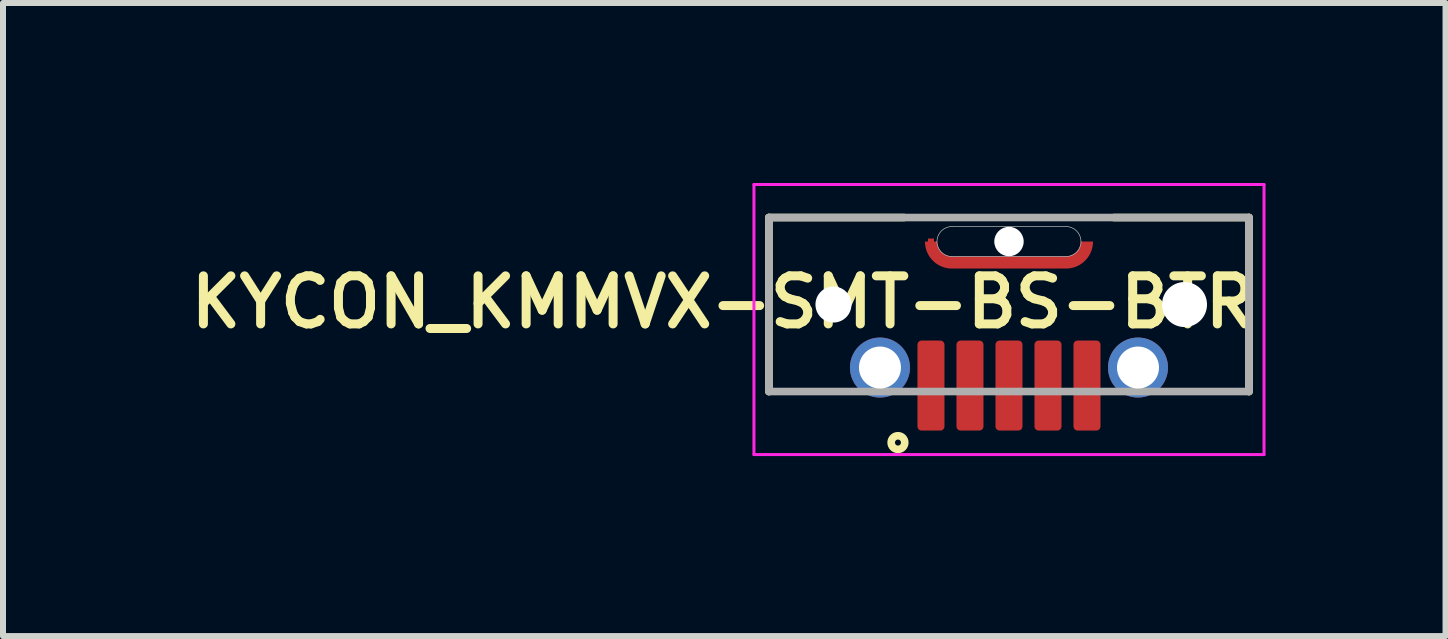
<source format=kicad_pcb>
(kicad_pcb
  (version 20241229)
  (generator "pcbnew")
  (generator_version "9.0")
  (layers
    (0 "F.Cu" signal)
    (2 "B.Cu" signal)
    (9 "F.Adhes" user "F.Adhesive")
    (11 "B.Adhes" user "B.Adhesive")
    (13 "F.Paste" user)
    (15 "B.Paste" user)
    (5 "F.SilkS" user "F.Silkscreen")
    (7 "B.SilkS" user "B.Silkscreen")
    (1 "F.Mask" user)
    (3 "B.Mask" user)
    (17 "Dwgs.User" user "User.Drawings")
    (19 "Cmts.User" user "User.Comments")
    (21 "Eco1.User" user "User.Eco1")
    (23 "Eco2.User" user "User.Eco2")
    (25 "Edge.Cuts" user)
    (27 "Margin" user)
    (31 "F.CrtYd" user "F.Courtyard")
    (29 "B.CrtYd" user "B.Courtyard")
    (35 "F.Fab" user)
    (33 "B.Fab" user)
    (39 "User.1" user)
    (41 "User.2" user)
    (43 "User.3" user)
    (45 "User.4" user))
  (footprint "KYCON_KMMVX-SMT-BS-BTR"
    (layer "F.Cu")
    (at 13.764 2.025)
    (property "Reference" "KYCON_KMMVX-SMT-BS-BTR" (at -4.766 -0.04 180) (layer "F.SilkS") (effects (font (size 0.801 0.801) (thickness 0.15))))
    (attr through_hole)
    (fp_poly (pts (xy -1.501 -1.6) (xy 1.5 -1.6) (xy 1.5 -0.5) (xy -1.501 -0.5)) (stroke (width 0.01) (type solid)) (fill yes) (layer "F.Mask"))
    (fp_poly (pts (xy -1.5 -1.6) (xy 1.5 -1.6) (xy 1.5 -0.5) (xy -1.5 -0.5)) (stroke (width 0.01) (type solid)) (fill yes) (layer "B.Mask"))
    (fp_line (start -4 -1.45) (end -4 1.45) (stroke (width 0.127) (type solid)) (layer "F.SilkS"))
    (fp_line (start -1.75 -1.45) (end -4 -1.45) (stroke (width 0.127) (type solid)) (layer "F.SilkS"))
    (fp_line (start 1.75 -1.45) (end 4 -1.45) (stroke (width 0.127) (type solid)) (layer "F.SilkS"))
    (fp_line (start 4 -1.45) (end 4 1.45) (stroke (width 0.127) (type solid)) (layer "F.SilkS"))
    (fp_circle (center -1.85 2.3) (end -1.8 2.3) (stroke (width 0.127) (type solid)) (fill no) (layer "F.SilkS"))
    (fp_poly (pts (xy -1.2 -1.05) (xy -1.4 -1.05) (xy -1.399 -1.074) (xy -1.398 -1.097) (xy -1.394 -1.12) (xy -1.39 -1.144) (xy -1.385 -1.166) (xy -1.378 -1.189) (xy -1.37 -1.211) (xy -1.361 -1.233) (xy -1.351 -1.254) (xy -1.34 -1.275) (xy -1.327 -1.295) (xy -1.314 -1.315) (xy -1.3 -1.333) (xy -1.284 -1.351) (xy -1.268 -1.368) (xy -1.251 -1.384) (xy -1.233 -1.4) (xy -1.215 -1.414) (xy -1.195 -1.427) (xy -1.175 -1.44) (xy -1.154 -1.451) (xy -1.133 -1.461) (xy -1.111 -1.47) (xy -1.089 -1.478) (xy -1.066 -1.485) (xy -1.044 -1.49) (xy -1.02 -1.494) (xy -0.997 -1.498) (xy -0.974 -1.499) (xy -0.95 -1.5) (xy 0.95 -1.5) (xy 0.974 -1.499) (xy 0.997 -1.498) (xy 1.02 -1.494) (xy 1.044 -1.49) (xy 1.066 -1.485) (xy 1.089 -1.478) (xy 1.111 -1.47) (xy 1.133 -1.461) (xy 1.154 -1.451) (xy 1.175 -1.44) (xy 1.195 -1.427) (xy 1.215 -1.414) (xy 1.233 -1.4) (xy 1.251 -1.384) (xy 1.268 -1.368) (xy 1.284 -1.351) (xy 1.3 -1.333) (xy 1.314 -1.315) (xy 1.327 -1.295) (xy 1.34 -1.275) (xy 1.351 -1.254) (xy 1.361 -1.233) (xy 1.37 -1.211) (xy 1.378 -1.189) (xy 1.385 -1.166) (xy 1.39 -1.144) (xy 1.394 -1.12) (xy 1.398 -1.097) (xy 1.399 -1.074) (xy 1.4 -1.05) (xy 1.2 -1.05) (xy 1.2 -1.063) (xy 1.199 -1.076) (xy 1.197 -1.089) (xy 1.195 -1.102) (xy 1.191 -1.115) (xy 1.188 -1.127) (xy 1.183 -1.14) (xy 1.178 -1.152) (xy 1.173 -1.163) (xy 1.167 -1.175) (xy 1.16 -1.186) (xy 1.152 -1.197) (xy 1.144 -1.207) (xy 1.136 -1.217) (xy 1.127 -1.227) (xy 1.117 -1.236) (xy 1.107 -1.244) (xy 1.097 -1.252) (xy 1.086 -1.26) (xy 1.075 -1.267) (xy 1.063 -1.273) (xy 1.052 -1.278) (xy 1.04 -1.283) (xy 1.027 -1.288) (xy 1.015 -1.291) (xy 1.002 -1.295) (xy 0.989 -1.297) (xy 0.976 -1.299) (xy 0.963 -1.3) (xy 0.95 -1.3) (xy -0.95 -1.3) (xy -0.963 -1.3) (xy -0.976 -1.299) (xy -0.989 -1.297) (xy -1.002 -1.295) (xy -1.015 -1.291) (xy -1.027 -1.288) (xy -1.04 -1.283) (xy -1.052 -1.278) (xy -1.063 -1.273) (xy -1.075 -1.267) (xy -1.086 -1.26) (xy -1.097 -1.252) (xy -1.107 -1.244) (xy -1.117 -1.236) (xy -1.127 -1.227) (xy -1.136 -1.217) (xy -1.144 -1.207) (xy -1.152 -1.197) (xy -1.16 -1.186) (xy -1.167 -1.175) (xy -1.173 -1.163) (xy -1.178 -1.152) (xy -1.183 -1.14) (xy -1.188 -1.127) (xy -1.191 -1.115) (xy -1.195 -1.102) (xy -1.197 -1.089) (xy -1.199 -1.076) (xy -1.2 -1.063) (xy -1.2 -1.05)) (stroke (width 0.001) (type solid)) (fill yes) (layer "F.Paste"))
    (fp_poly (pts (xy 1.2 -1.05) (xy 1.4 -1.05) (xy 1.399 -1.026) (xy 1.398 -1.003) (xy 1.394 -0.98) (xy 1.39 -0.956) (xy 1.385 -0.934) (xy 1.378 -0.911) (xy 1.37 -0.889) (xy 1.361 -0.867) (xy 1.351 -0.846) (xy 1.34 -0.825) (xy 1.327 -0.805) (xy 1.314 -0.785) (xy 1.3 -0.767) (xy 1.284 -0.749) (xy 1.268 -0.732) (xy 1.251 -0.716) (xy 1.233 -0.7) (xy 1.215 -0.686) (xy 1.195 -0.673) (xy 1.175 -0.66) (xy 1.154 -0.649) (xy 1.133 -0.639) (xy 1.111 -0.63) (xy 1.089 -0.622) (xy 1.066 -0.615) (xy 1.044 -0.61) (xy 1.02 -0.606) (xy 0.997 -0.602) (xy 0.974 -0.601) (xy 0.95 -0.6) (xy -0.95 -0.6) (xy -0.974 -0.601) (xy -0.997 -0.602) (xy -1.02 -0.606) (xy -1.044 -0.61) (xy -1.066 -0.615) (xy -1.089 -0.622) (xy -1.111 -0.63) (xy -1.133 -0.639) (xy -1.154 -0.649) (xy -1.175 -0.66) (xy -1.195 -0.673) (xy -1.215 -0.686) (xy -1.233 -0.7) (xy -1.251 -0.716) (xy -1.268 -0.732) (xy -1.284 -0.749) (xy -1.3 -0.767) (xy -1.314 -0.785) (xy -1.327 -0.805) (xy -1.34 -0.825) (xy -1.351 -0.846) (xy -1.361 -0.867) (xy -1.37 -0.889) (xy -1.378 -0.911) (xy -1.385 -0.934) (xy -1.39 -0.956) (xy -1.394 -0.98) (xy -1.398 -1.003) (xy -1.399 -1.026) (xy -1.4 -1.05) (xy -1.2 -1.05) (xy -1.2 -1.037) (xy -1.199 -1.024) (xy -1.197 -1.011) (xy -1.195 -0.998) (xy -1.191 -0.985) (xy -1.188 -0.973) (xy -1.183 -0.96) (xy -1.178 -0.948) (xy -1.173 -0.937) (xy -1.167 -0.925) (xy -1.16 -0.914) (xy -1.152 -0.903) (xy -1.144 -0.893) (xy -1.136 -0.883) (xy -1.127 -0.873) (xy -1.117 -0.864) (xy -1.107 -0.856) (xy -1.097 -0.848) (xy -1.086 -0.84) (xy -1.075 -0.833) (xy -1.063 -0.827) (xy -1.052 -0.822) (xy -1.04 -0.817) (xy -1.027 -0.812) (xy -1.015 -0.809) (xy -1.002 -0.805) (xy -0.989 -0.803) (xy -0.976 -0.801) (xy -0.963 -0.8) (xy -0.95 -0.8) (xy 0.95 -0.8) (xy 0.963 -0.8) (xy 0.976 -0.801) (xy 0.989 -0.803) (xy 1.002 -0.805) (xy 1.015 -0.809) (xy 1.027 -0.812) (xy 1.04 -0.817) (xy 1.052 -0.822) (xy 1.063 -0.827) (xy 1.075 -0.833) (xy 1.086 -0.84) (xy 1.097 -0.848) (xy 1.107 -0.856) (xy 1.117 -0.864) (xy 1.127 -0.873) (xy 1.136 -0.883) (xy 1.144 -0.893) (xy 1.152 -0.903) (xy 1.16 -0.914) (xy 1.167 -0.925) (xy 1.173 -0.937) (xy 1.178 -0.948) (xy 1.183 -0.96) (xy 1.188 -0.973) (xy 1.191 -0.985) (xy 1.195 -0.998) (xy 1.197 -1.011) (xy 1.199 -1.024) (xy 1.2 -1.037) (xy 1.2 -1.05)) (stroke (width 0.001) (type solid)) (fill yes) (layer "F.Paste"))
    (fp_line (start -0.95 -1.3) (end 0.95 -1.3) (stroke (width 0.01) (type solid)) (layer "Edge.Cuts"))
    (fp_line (start 0.95 -0.8) (end -0.95 -0.8) (stroke (width 0.01) (type solid)) (layer "Edge.Cuts"))
    (fp_arc (start -1.2 -1.05) (mid -1.126777 -1.226777) (end -0.95 -1.3) (stroke (width 0.01) (type solid)) (layer "Edge.Cuts"))
    (fp_arc (start -0.95 -0.8) (mid -1.126777 -0.873223) (end -1.2 -1.05) (stroke (width 0.01) (type solid)) (layer "Edge.Cuts"))
    (fp_arc (start 0.95 -1.3) (mid 1.126777 -1.226777) (end 1.2 -1.05) (stroke (width 0.01) (type solid)) (layer "Edge.Cuts"))
    (fp_arc (start 1.2 -1.05) (mid 1.126777 -0.873223) (end 0.95 -0.8) (stroke (width 0.01) (type solid)) (layer "Edge.Cuts"))
    (fp_line (start -4.25 -2) (end -4.25 2.5) (stroke (width 0.05) (type solid)) (layer "F.CrtYd"))
    (fp_line (start -4.25 2.5) (end 4.25 2.5) (stroke (width 0.05) (type solid)) (layer "F.CrtYd"))
    (fp_line (start 4.25 -2) (end -4.25 -2) (stroke (width 0.05) (type solid)) (layer "F.CrtYd"))
    (fp_line (start 4.25 2.5) (end 4.25 -2) (stroke (width 0.05) (type solid)) (layer "F.CrtYd"))
    (fp_line (start -4 -1.45) (end 4 -1.45) (stroke (width 0.127) (type solid)) (layer "F.Fab"))
    (fp_line (start -4 1.45) (end -4 -1.45) (stroke (width 0.127) (type solid)) (layer "F.Fab"))
    (fp_line (start 4 -1.45) (end 4 1.45) (stroke (width 0.127) (type solid)) (layer "F.Fab"))
    (fp_line (start 4 1.45) (end -4 1.45) (stroke (width 0.127) (type solid)) (layer "F.Fab"))
    (pad "" np_thru_hole circle (at -2.925 0) (size 0.6 0.6) (drill 0.6) (layers "*.Cu" "*.Mask"))
    (pad "" np_thru_hole circle (at 0 -1.05) (size 0.49 0.49) (drill 0.49) (layers "*.Cu" "*.Mask"))
    (pad "" np_thru_hole circle (at 2.925 0) (size 0.75 0.75) (drill 0.75) (layers "*.Cu" "*.Mask"))
    (pad "1" smd roundrect (at -1.3 1.35) (size 0.45 1.5) (layers "F.Cu" "F.Mask" "F.Paste") (roundrect_rratio 0.15))
    (pad "2" smd roundrect (at -0.65 1.35) (size 0.45 1.5) (layers "F.Cu" "F.Mask" "F.Paste") (roundrect_rratio 0.15))
    (pad "3" smd roundrect (at 0 1.35) (size 0.45 1.5) (layers "F.Cu" "F.Mask" "F.Paste") (roundrect_rratio 0.15))
    (pad "4" smd roundrect (at 0.65 1.35) (size 0.45 1.5) (layers "F.Cu" "F.Mask" "F.Paste") (roundrect_rratio 0.15))
    (pad "5" smd roundrect (at 1.3 1.35) (size 0.45 1.5) (layers "F.Cu" "F.Mask" "F.Paste") (roundrect_rratio 0.15))
    (pad "P1" thru_hole circle (at -2.15 1.05) (size 1 1) (drill 0.7) (layers "*.Cu" "*.Mask"))
    (pad "P2" thru_hole circle (at 2.15 1.05) (size 1 1) (drill 0.7) (layers "*.Cu" "*.Mask"))
    (pad "P3" smd custom (at -1.3 -1.05) (size 0.1 0.1) (layers "F.Cu") (options (anchor rect)) (primitives (gr_poly (pts (xy 2.5 0) (xy 2.7 0) (xy 2.699 0.024) (xy 2.698 0.047) (xy 2.694 0.07) (xy 2.69 0.094) (xy 2.685 0.116) (xy 2.678 0.139) (xy 2.67 0.161) (xy 2.661 0.183) (xy 2.651 0.204) (xy 2.64 0.225) (xy 2.627 0.245) (xy 2.614 0.265) (xy 2.6 0.283) (xy 2.584 0.301) (xy 2.568 0.318) (xy 2.551 0.334) (xy 2.533 0.35) (xy 2.515 0.364) (xy 2.495 0.377) (xy 2.475 0.39) (xy 2.454 0.401) (xy 2.433 0.411) (xy 2.411 0.42) (xy 2.389 0.428) (xy 2.366 0.435) (xy 2.344 0.44) (xy 2.32 0.444) (xy 2.297 0.448) (xy 2.274 0.449) (xy 2.25 0.45) (xy 0.35 0.45) (xy 0.326 0.449) (xy 0.303 0.448) (xy 0.28 0.444) (xy 0.256 0.44) (xy 0.234 0.435) (xy 0.211 0.428) (xy 0.189 0.42) (xy 0.167 0.411) (xy 0.146 0.401) (xy 0.125 0.39) (xy 0.105 0.377) (xy 0.085 0.364) (xy 0.067 0.35) (xy 0.049 0.334) (xy 0.032 0.318) (xy 0.016 0.301) (xy 0 0.283) (xy -0.014 0.265) (xy -0.027 0.245) (xy -0.04 0.225) (xy -0.051 0.204) (xy -0.061 0.183) (xy -0.07 0.161) (xy -0.078 0.139) (xy -0.085 0.116) (xy -0.09 0.094) (xy -0.094 0.07) (xy -0.098 0.047) (xy -0.099 0.024) (xy -0.1 0) (xy 0.1 0) (xy 0.1 0.013) (xy 0.101 0.026) (xy 0.103 0.039) (xy 0.105 0.052) (xy 0.109 0.065) (xy 0.112 0.077) (xy 0.117 0.09) (xy 0.122 0.102) (xy 0.127 0.113) (xy 0.133 0.125) (xy 0.14 0.136) (xy 0.148 0.147) (xy 0.156 0.157) (xy 0.164 0.167) (xy 0.173 0.177) (xy 0.183 0.186) (xy 0.193 0.194) (xy 0.203 0.202) (xy 0.214 0.21) (xy 0.225 0.217) (xy 0.237 0.223) (xy 0.248 0.228) (xy 0.26 0.233) (xy 0.273 0.238) (xy 0.285 0.241) (xy 0.298 0.245) (xy 0.311 0.247) (xy 0.324 0.249) (xy 0.337 0.25) (xy 0.35 0.25) (xy 2.25 0.25) (xy 2.263 0.25) (xy 2.276 0.249) (xy 2.289 0.247) (xy 2.302 0.245) (xy 2.315 0.241) (xy 2.327 0.238) (xy 2.34 0.233) (xy 2.352 0.228) (xy 2.363 0.223) (xy 2.375 0.217) (xy 2.386 0.21) (xy 2.397 0.202) (xy 2.407 0.194) (xy 2.417 0.186) (xy 2.427 0.177) (xy 2.436 0.167) (xy 2.444 0.157) (xy 2.452 0.147) (xy 2.46 0.136) (xy 2.467 0.125) (xy 2.473 0.113) (xy 2.478 0.102) (xy 2.483 0.09) (xy 2.488 0.077) (xy 2.491 0.065) (xy 2.495 0.052) (xy 2.497 0.039) (xy 2.499 0.026) (xy 2.5 0.013) (xy 2.5 0)) (width 0.001) (fill yes)))))
  (gr_rect
    (start -3 -3)
    (end 21.039 7.55)
    (stroke (width 0.1) (type default))
    (fill no)
    (layer "Edge.Cuts")))
</source>
